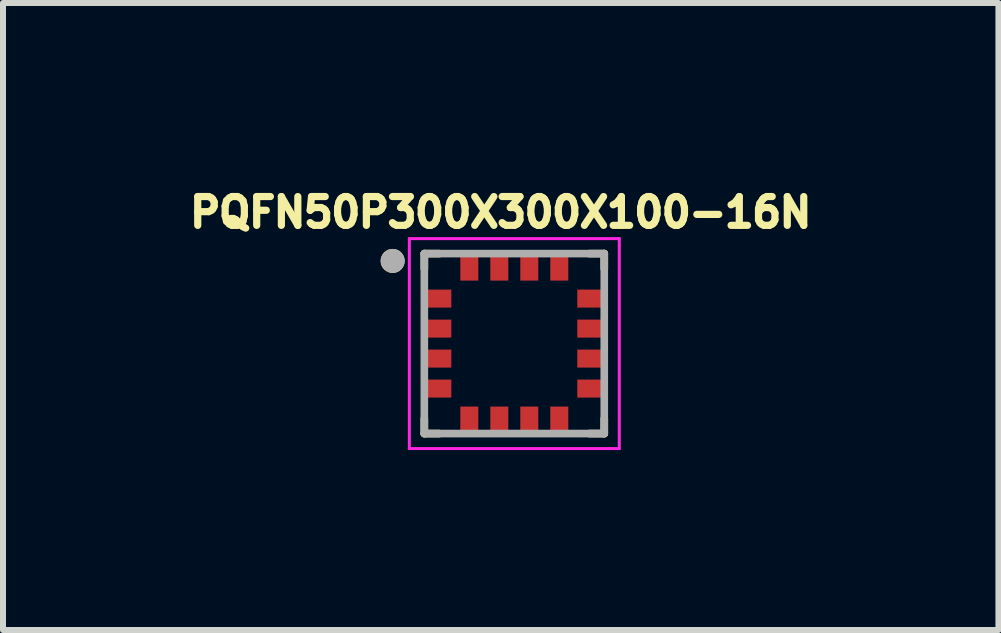
<source format=kicad_pcb>
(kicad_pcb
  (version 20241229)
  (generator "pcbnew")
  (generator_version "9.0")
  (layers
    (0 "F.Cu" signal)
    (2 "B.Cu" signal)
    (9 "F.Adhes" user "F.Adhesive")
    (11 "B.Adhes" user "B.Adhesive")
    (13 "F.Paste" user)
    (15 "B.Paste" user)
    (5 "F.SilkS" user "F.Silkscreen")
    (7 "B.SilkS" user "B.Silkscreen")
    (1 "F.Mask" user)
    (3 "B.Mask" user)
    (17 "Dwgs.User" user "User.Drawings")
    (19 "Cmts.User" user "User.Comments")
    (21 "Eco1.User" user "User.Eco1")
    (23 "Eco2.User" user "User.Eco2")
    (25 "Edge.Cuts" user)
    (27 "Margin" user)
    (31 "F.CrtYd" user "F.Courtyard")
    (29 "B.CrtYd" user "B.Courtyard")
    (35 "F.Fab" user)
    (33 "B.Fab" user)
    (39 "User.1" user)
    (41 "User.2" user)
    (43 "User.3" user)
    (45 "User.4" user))
  (footprint "PQFN50P300X300X100-16N"
    (layer "F.Cu")
    (at 5.524 2.678)
    (property "Reference" "PQFN50P300X300X100-16N" (at -0.226 -2.187 0) (layer "F.SilkS") (effects (font (size 0.48 0.48) (thickness 0.12))))
    (attr smd)
    (fp_line (start -1.5 -1.5) (end -1.25 -1.5) (stroke (width 0.127) (type solid)) (layer "F.SilkS"))
    (fp_line (start -1.5 -1.25) (end -1.5 -1.5) (stroke (width 0.127) (type solid)) (layer "F.SilkS"))
    (fp_line (start -1.5 1.5) (end -1.5 1.25) (stroke (width 0.127) (type solid)) (layer "F.SilkS"))
    (fp_line (start -1.25 1.5) (end -1.5 1.5) (stroke (width 0.127) (type solid)) (layer "F.SilkS"))
    (fp_line (start 1.25 -1.5) (end 1.5 -1.5) (stroke (width 0.127) (type solid)) (layer "F.SilkS"))
    (fp_line (start 1.5 -1.5) (end 1.5 -1.25) (stroke (width 0.127) (type solid)) (layer "F.SilkS"))
    (fp_line (start 1.5 1.25) (end 1.5 1.5) (stroke (width 0.127) (type solid)) (layer "F.SilkS"))
    (fp_line (start 1.5 1.5) (end 1.25 1.5) (stroke (width 0.127) (type solid)) (layer "F.SilkS"))
    (fp_circle (center -2.028 -1.378) (end -1.928 -1.378) (stroke (width 0.2) (type solid)) (fill no) (layer "F.SilkS"))
    (fp_line (start -1.75 -1.75) (end 1.75 -1.75) (stroke (width 0.05) (type solid)) (layer "F.CrtYd"))
    (fp_line (start -1.75 1.75) (end -1.75 -1.75) (stroke (width 0.05) (type solid)) (layer "F.CrtYd"))
    (fp_line (start 1.75 -1.75) (end 1.75 1.75) (stroke (width 0.05) (type solid)) (layer "F.CrtYd"))
    (fp_line (start 1.75 1.75) (end -1.75 1.75) (stroke (width 0.05) (type solid)) (layer "F.CrtYd"))
    (fp_line (start -1.5 -1.5) (end 1.5 -1.5) (stroke (width 0.127) (type solid)) (layer "F.Fab"))
    (fp_line (start -1.5 1.5) (end -1.5 -1.5) (stroke (width 0.127) (type solid)) (layer "F.Fab"))
    (fp_line (start 1.5 -1.5) (end 1.5 1.5) (stroke (width 0.127) (type solid)) (layer "F.Fab"))
    (fp_line (start 1.5 1.5) (end -1.5 1.5) (stroke (width 0.127) (type solid)) (layer "F.Fab"))
    (fp_circle (center -2.028 -1.378) (end -1.928 -1.378) (stroke (width 0.2) (type solid)) (fill no) (layer "F.Fab"))
    (pad "1" smd rect (at -1.275 -0.75) (size 0.45 0.3) (layers "F.Cu" "F.Mask" "F.Paste"))
    (pad "2" smd rect (at -1.275 -0.25) (size 0.45 0.3) (layers "F.Cu" "F.Mask" "F.Paste"))
    (pad "3" smd rect (at -1.275 0.25) (size 0.45 0.3) (layers "F.Cu" "F.Mask" "F.Paste"))
    (pad "4" smd rect (at -1.275 0.75) (size 0.45 0.3) (layers "F.Cu" "F.Mask" "F.Paste"))
    (pad "5" smd rect (at -0.75 1.275) (size 0.3 0.45) (layers "F.Cu" "F.Mask" "F.Paste"))
    (pad "6" smd rect (at -0.25 1.275) (size 0.3 0.45) (layers "F.Cu" "F.Mask" "F.Paste"))
    (pad "7" smd rect (at 0.25 1.275) (size 0.3 0.45) (layers "F.Cu" "F.Mask" "F.Paste"))
    (pad "8" smd rect (at 0.75 1.275) (size 0.3 0.45) (layers "F.Cu" "F.Mask" "F.Paste"))
    (pad "9" smd rect (at 1.275 0.75) (size 0.45 0.3) (layers "F.Cu" "F.Mask" "F.Paste"))
    (pad "10" smd rect (at 1.275 0.25) (size 0.45 0.3) (layers "F.Cu" "F.Mask" "F.Paste"))
    (pad "11" smd rect (at 1.275 -0.25) (size 0.45 0.3) (layers "F.Cu" "F.Mask" "F.Paste"))
    (pad "12" smd rect (at 1.275 -0.75) (size 0.45 0.3) (layers "F.Cu" "F.Mask" "F.Paste"))
    (pad "13" smd rect (at 0.75 -1.275) (size 0.3 0.45) (layers "F.Cu" "F.Mask" "F.Paste"))
    (pad "14" smd rect (at 0.25 -1.275) (size 0.3 0.45) (layers "F.Cu" "F.Mask" "F.Paste"))
    (pad "15" smd rect (at -0.25 -1.275) (size 0.3 0.45) (layers "F.Cu" "F.Mask" "F.Paste"))
    (pad "16" smd rect (at -0.75 -1.275) (size 0.3 0.45) (layers "F.Cu" "F.Mask" "F.Paste")))
  (gr_rect
    (start -3 -3)
    (end 13.595 7.453)
    (stroke (width 0.1) (type default))
    (fill no)
    (layer "Edge.Cuts")))
</source>
